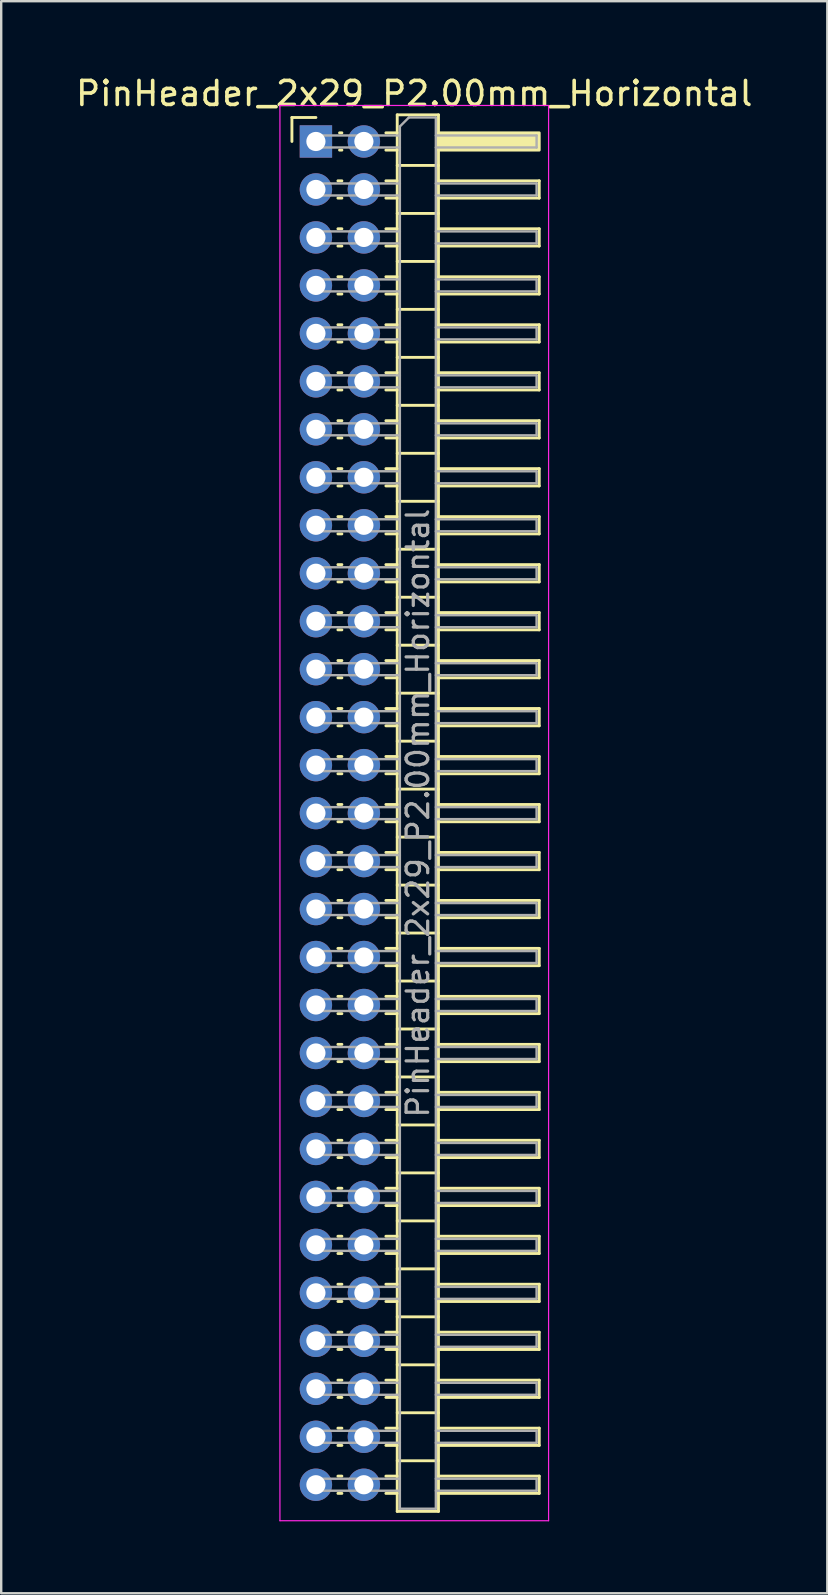
<source format=kicad_pcb>
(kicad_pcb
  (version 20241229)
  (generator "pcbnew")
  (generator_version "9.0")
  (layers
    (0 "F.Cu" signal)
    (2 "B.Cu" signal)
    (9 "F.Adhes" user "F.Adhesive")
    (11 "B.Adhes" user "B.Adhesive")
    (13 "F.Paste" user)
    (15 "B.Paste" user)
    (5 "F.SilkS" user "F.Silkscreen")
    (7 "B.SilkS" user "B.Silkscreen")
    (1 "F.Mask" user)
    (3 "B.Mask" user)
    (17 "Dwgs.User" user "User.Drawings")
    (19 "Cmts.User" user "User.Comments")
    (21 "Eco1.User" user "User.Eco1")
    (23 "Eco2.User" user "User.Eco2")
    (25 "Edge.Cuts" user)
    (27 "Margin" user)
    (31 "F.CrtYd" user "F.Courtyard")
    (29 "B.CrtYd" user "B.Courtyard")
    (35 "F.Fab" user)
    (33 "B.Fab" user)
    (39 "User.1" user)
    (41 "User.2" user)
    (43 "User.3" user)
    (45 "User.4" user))
  (footprint "PinHeader_2x29_P2.00mm_Horizontal"
    (layer "F.Cu")
    (at 10.12 2.848)
    (property "Reference" "PinHeader_2x29_P2.00mm_Horizontal" (at 4.1 -2 0) (layer "F.SilkS") (effects (font (size 1 1) (thickness 0.15))))
    (attr through_hole)
    (fp_line (start -1 -1) (end 0 -1) (stroke (width 0.12) (type solid)) (layer "F.SilkS"))
    (fp_line (start -1 0) (end -1 -1) (stroke (width 0.12) (type solid)) (layer "F.SilkS"))
    (fp_line (start 0.917 1.64) (end 1.083 1.64) (stroke (width 0.12) (type solid)) (layer "F.SilkS"))
    (fp_line (start 0.917 2.36) (end 1.083 2.36) (stroke (width 0.12) (type solid)) (layer "F.SilkS"))
    (fp_line (start 0.917 3.64) (end 1.083 3.64) (stroke (width 0.12) (type solid)) (layer "F.SilkS"))
    (fp_line (start 0.917 4.36) (end 1.083 4.36) (stroke (width 0.12) (type solid)) (layer "F.SilkS"))
    (fp_line (start 0.917 5.64) (end 1.083 5.64) (stroke (width 0.12) (type solid)) (layer "F.SilkS"))
    (fp_line (start 0.917 6.36) (end 1.083 6.36) (stroke (width 0.12) (type solid)) (layer "F.SilkS"))
    (fp_line (start 0.917 7.64) (end 1.083 7.64) (stroke (width 0.12) (type solid)) (layer "F.SilkS"))
    (fp_line (start 0.917 8.36) (end 1.083 8.36) (stroke (width 0.12) (type solid)) (layer "F.SilkS"))
    (fp_line (start 0.917 9.64) (end 1.083 9.64) (stroke (width 0.12) (type solid)) (layer "F.SilkS"))
    (fp_line (start 0.917 10.36) (end 1.083 10.36) (stroke (width 0.12) (type solid)) (layer "F.SilkS"))
    (fp_line (start 0.917 11.64) (end 1.083 11.64) (stroke (width 0.12) (type solid)) (layer "F.SilkS"))
    (fp_line (start 0.917 12.36) (end 1.083 12.36) (stroke (width 0.12) (type solid)) (layer "F.SilkS"))
    (fp_line (start 0.917 13.64) (end 1.083 13.64) (stroke (width 0.12) (type solid)) (layer "F.SilkS"))
    (fp_line (start 0.917 14.36) (end 1.083 14.36) (stroke (width 0.12) (type solid)) (layer "F.SilkS"))
    (fp_line (start 0.917 15.64) (end 1.083 15.64) (stroke (width 0.12) (type solid)) (layer "F.SilkS"))
    (fp_line (start 0.917 16.36) (end 1.083 16.36) (stroke (width 0.12) (type solid)) (layer "F.SilkS"))
    (fp_line (start 0.917 17.64) (end 1.083 17.64) (stroke (width 0.12) (type solid)) (layer "F.SilkS"))
    (fp_line (start 0.917 18.36) (end 1.083 18.36) (stroke (width 0.12) (type solid)) (layer "F.SilkS"))
    (fp_line (start 0.917 19.64) (end 1.083 19.64) (stroke (width 0.12) (type solid)) (layer "F.SilkS"))
    (fp_line (start 0.917 20.36) (end 1.083 20.36) (stroke (width 0.12) (type solid)) (layer "F.SilkS"))
    (fp_line (start 0.917 21.64) (end 1.083 21.64) (stroke (width 0.12) (type solid)) (layer "F.SilkS"))
    (fp_line (start 0.917 22.36) (end 1.083 22.36) (stroke (width 0.12) (type solid)) (layer "F.SilkS"))
    (fp_line (start 0.917 23.64) (end 1.083 23.64) (stroke (width 0.12) (type solid)) (layer "F.SilkS"))
    (fp_line (start 0.917 24.36) (end 1.083 24.36) (stroke (width 0.12) (type solid)) (layer "F.SilkS"))
    (fp_line (start 0.917 25.64) (end 1.083 25.64) (stroke (width 0.12) (type solid)) (layer "F.SilkS"))
    (fp_line (start 0.917 26.36) (end 1.083 26.36) (stroke (width 0.12) (type solid)) (layer "F.SilkS"))
    (fp_line (start 0.917 27.64) (end 1.083 27.64) (stroke (width 0.12) (type solid)) (layer "F.SilkS"))
    (fp_line (start 0.917 28.36) (end 1.083 28.36) (stroke (width 0.12) (type solid)) (layer "F.SilkS"))
    (fp_line (start 0.917 29.64) (end 1.083 29.64) (stroke (width 0.12) (type solid)) (layer "F.SilkS"))
    (fp_line (start 0.917 30.36) (end 1.083 30.36) (stroke (width 0.12) (type solid)) (layer "F.SilkS"))
    (fp_line (start 0.917 31.64) (end 1.083 31.64) (stroke (width 0.12) (type solid)) (layer "F.SilkS"))
    (fp_line (start 0.917 32.36) (end 1.083 32.36) (stroke (width 0.12) (type solid)) (layer "F.SilkS"))
    (fp_line (start 0.917 33.64) (end 1.083 33.64) (stroke (width 0.12) (type solid)) (layer "F.SilkS"))
    (fp_line (start 0.917 34.36) (end 1.083 34.36) (stroke (width 0.12) (type solid)) (layer "F.SilkS"))
    (fp_line (start 0.917 35.64) (end 1.083 35.64) (stroke (width 0.12) (type solid)) (layer "F.SilkS"))
    (fp_line (start 0.917 36.36) (end 1.083 36.36) (stroke (width 0.12) (type solid)) (layer "F.SilkS"))
    (fp_line (start 0.917 37.64) (end 1.083 37.64) (stroke (width 0.12) (type solid)) (layer "F.SilkS"))
    (fp_line (start 0.917 38.36) (end 1.083 38.36) (stroke (width 0.12) (type solid)) (layer "F.SilkS"))
    (fp_line (start 0.917 39.64) (end 1.083 39.64) (stroke (width 0.12) (type solid)) (layer "F.SilkS"))
    (fp_line (start 0.917 40.36) (end 1.083 40.36) (stroke (width 0.12) (type solid)) (layer "F.SilkS"))
    (fp_line (start 0.917 41.64) (end 1.083 41.64) (stroke (width 0.12) (type solid)) (layer "F.SilkS"))
    (fp_line (start 0.917 42.36) (end 1.083 42.36) (stroke (width 0.12) (type solid)) (layer "F.SilkS"))
    (fp_line (start 0.917 43.64) (end 1.083 43.64) (stroke (width 0.12) (type solid)) (layer "F.SilkS"))
    (fp_line (start 0.917 44.36) (end 1.083 44.36) (stroke (width 0.12) (type solid)) (layer "F.SilkS"))
    (fp_line (start 0.917 45.64) (end 1.083 45.64) (stroke (width 0.12) (type solid)) (layer "F.SilkS"))
    (fp_line (start 0.917 46.36) (end 1.083 46.36) (stroke (width 0.12) (type solid)) (layer "F.SilkS"))
    (fp_line (start 0.917 47.64) (end 1.083 47.64) (stroke (width 0.12) (type solid)) (layer "F.SilkS"))
    (fp_line (start 0.917 48.36) (end 1.083 48.36) (stroke (width 0.12) (type solid)) (layer "F.SilkS"))
    (fp_line (start 0.917 49.64) (end 1.083 49.64) (stroke (width 0.12) (type solid)) (layer "F.SilkS"))
    (fp_line (start 0.917 50.36) (end 1.083 50.36) (stroke (width 0.12) (type solid)) (layer "F.SilkS"))
    (fp_line (start 0.917 51.64) (end 1.083 51.64) (stroke (width 0.12) (type solid)) (layer "F.SilkS"))
    (fp_line (start 0.917 52.36) (end 1.083 52.36) (stroke (width 0.12) (type solid)) (layer "F.SilkS"))
    (fp_line (start 0.917 53.64) (end 1.083 53.64) (stroke (width 0.12) (type solid)) (layer "F.SilkS"))
    (fp_line (start 0.917 54.36) (end 1.083 54.36) (stroke (width 0.12) (type solid)) (layer "F.SilkS"))
    (fp_line (start 0.917 55.64) (end 1.083 55.64) (stroke (width 0.12) (type solid)) (layer "F.SilkS"))
    (fp_line (start 0.917 56.36) (end 1.083 56.36) (stroke (width 0.12) (type solid)) (layer "F.SilkS"))
    (fp_line (start 0.985 -0.36) (end 1.083 -0.36) (stroke (width 0.12) (type solid)) (layer "F.SilkS"))
    (fp_line (start 0.985 0.36) (end 1.083 0.36) (stroke (width 0.12) (type solid)) (layer "F.SilkS"))
    (fp_line (start 2.917 -0.36) (end 3.39 -0.36) (stroke (width 0.12) (type solid)) (layer "F.SilkS"))
    (fp_line (start 2.917 0.36) (end 3.39 0.36) (stroke (width 0.12) (type solid)) (layer "F.SilkS"))
    (fp_line (start 2.917 1.64) (end 3.39 1.64) (stroke (width 0.12) (type solid)) (layer "F.SilkS"))
    (fp_line (start 2.917 2.36) (end 3.39 2.36) (stroke (width 0.12) (type solid)) (layer "F.SilkS"))
    (fp_line (start 2.917 3.64) (end 3.39 3.64) (stroke (width 0.12) (type solid)) (layer "F.SilkS"))
    (fp_line (start 2.917 4.36) (end 3.39 4.36) (stroke (width 0.12) (type solid)) (layer "F.SilkS"))
    (fp_line (start 2.917 5.64) (end 3.39 5.64) (stroke (width 0.12) (type solid)) (layer "F.SilkS"))
    (fp_line (start 2.917 6.36) (end 3.39 6.36) (stroke (width 0.12) (type solid)) (layer "F.SilkS"))
    (fp_line (start 2.917 7.64) (end 3.39 7.64) (stroke (width 0.12) (type solid)) (layer "F.SilkS"))
    (fp_line (start 2.917 8.36) (end 3.39 8.36) (stroke (width 0.12) (type solid)) (layer "F.SilkS"))
    (fp_line (start 2.917 9.64) (end 3.39 9.64) (stroke (width 0.12) (type solid)) (layer "F.SilkS"))
    (fp_line (start 2.917 10.36) (end 3.39 10.36) (stroke (width 0.12) (type solid)) (layer "F.SilkS"))
    (fp_line (start 2.917 11.64) (end 3.39 11.64) (stroke (width 0.12) (type solid)) (layer "F.SilkS"))
    (fp_line (start 2.917 12.36) (end 3.39 12.36) (stroke (width 0.12) (type solid)) (layer "F.SilkS"))
    (fp_line (start 2.917 13.64) (end 3.39 13.64) (stroke (width 0.12) (type solid)) (layer "F.SilkS"))
    (fp_line (start 2.917 14.36) (end 3.39 14.36) (stroke (width 0.12) (type solid)) (layer "F.SilkS"))
    (fp_line (start 2.917 15.64) (end 3.39 15.64) (stroke (width 0.12) (type solid)) (layer "F.SilkS"))
    (fp_line (start 2.917 16.36) (end 3.39 16.36) (stroke (width 0.12) (type solid)) (layer "F.SilkS"))
    (fp_line (start 2.917 17.64) (end 3.39 17.64) (stroke (width 0.12) (type solid)) (layer "F.SilkS"))
    (fp_line (start 2.917 18.36) (end 3.39 18.36) (stroke (width 0.12) (type solid)) (layer "F.SilkS"))
    (fp_line (start 2.917 19.64) (end 3.39 19.64) (stroke (width 0.12) (type solid)) (layer "F.SilkS"))
    (fp_line (start 2.917 20.36) (end 3.39 20.36) (stroke (width 0.12) (type solid)) (layer "F.SilkS"))
    (fp_line (start 2.917 21.64) (end 3.39 21.64) (stroke (width 0.12) (type solid)) (layer "F.SilkS"))
    (fp_line (start 2.917 22.36) (end 3.39 22.36) (stroke (width 0.12) (type solid)) (layer "F.SilkS"))
    (fp_line (start 2.917 23.64) (end 3.39 23.64) (stroke (width 0.12) (type solid)) (layer "F.SilkS"))
    (fp_line (start 2.917 24.36) (end 3.39 24.36) (stroke (width 0.12) (type solid)) (layer "F.SilkS"))
    (fp_line (start 2.917 25.64) (end 3.39 25.64) (stroke (width 0.12) (type solid)) (layer "F.SilkS"))
    (fp_line (start 2.917 26.36) (end 3.39 26.36) (stroke (width 0.12) (type solid)) (layer "F.SilkS"))
    (fp_line (start 2.917 27.64) (end 3.39 27.64) (stroke (width 0.12) (type solid)) (layer "F.SilkS"))
    (fp_line (start 2.917 28.36) (end 3.39 28.36) (stroke (width 0.12) (type solid)) (layer "F.SilkS"))
    (fp_line (start 2.917 29.64) (end 3.39 29.64) (stroke (width 0.12) (type solid)) (layer "F.SilkS"))
    (fp_line (start 2.917 30.36) (end 3.39 30.36) (stroke (width 0.12) (type solid)) (layer "F.SilkS"))
    (fp_line (start 2.917 31.64) (end 3.39 31.64) (stroke (width 0.12) (type solid)) (layer "F.SilkS"))
    (fp_line (start 2.917 32.36) (end 3.39 32.36) (stroke (width 0.12) (type solid)) (layer "F.SilkS"))
    (fp_line (start 2.917 33.64) (end 3.39 33.64) (stroke (width 0.12) (type solid)) (layer "F.SilkS"))
    (fp_line (start 2.917 34.36) (end 3.39 34.36) (stroke (width 0.12) (type solid)) (layer "F.SilkS"))
    (fp_line (start 2.917 35.64) (end 3.39 35.64) (stroke (width 0.12) (type solid)) (layer "F.SilkS"))
    (fp_line (start 2.917 36.36) (end 3.39 36.36) (stroke (width 0.12) (type solid)) (layer "F.SilkS"))
    (fp_line (start 2.917 37.64) (end 3.39 37.64) (stroke (width 0.12) (type solid)) (layer "F.SilkS"))
    (fp_line (start 2.917 38.36) (end 3.39 38.36) (stroke (width 0.12) (type solid)) (layer "F.SilkS"))
    (fp_line (start 2.917 39.64) (end 3.39 39.64) (stroke (width 0.12) (type solid)) (layer "F.SilkS"))
    (fp_line (start 2.917 40.36) (end 3.39 40.36) (stroke (width 0.12) (type solid)) (layer "F.SilkS"))
    (fp_line (start 2.917 41.64) (end 3.39 41.64) (stroke (width 0.12) (type solid)) (layer "F.SilkS"))
    (fp_line (start 2.917 42.36) (end 3.39 42.36) (stroke (width 0.12) (type solid)) (layer "F.SilkS"))
    (fp_line (start 2.917 43.64) (end 3.39 43.64) (stroke (width 0.12) (type solid)) (layer "F.SilkS"))
    (fp_line (start 2.917 44.36) (end 3.39 44.36) (stroke (width 0.12) (type solid)) (layer "F.SilkS"))
    (fp_line (start 2.917 45.64) (end 3.39 45.64) (stroke (width 0.12) (type solid)) (layer "F.SilkS"))
    (fp_line (start 2.917 46.36) (end 3.39 46.36) (stroke (width 0.12) (type solid)) (layer "F.SilkS"))
    (fp_line (start 2.917 47.64) (end 3.39 47.64) (stroke (width 0.12) (type solid)) (layer "F.SilkS"))
    (fp_line (start 2.917 48.36) (end 3.39 48.36) (stroke (width 0.12) (type solid)) (layer "F.SilkS"))
    (fp_line (start 2.917 49.64) (end 3.39 49.64) (stroke (width 0.12) (type solid)) (layer "F.SilkS"))
    (fp_line (start 2.917 50.36) (end 3.39 50.36) (stroke (width 0.12) (type solid)) (layer "F.SilkS"))
    (fp_line (start 2.917 51.64) (end 3.39 51.64) (stroke (width 0.12) (type solid)) (layer "F.SilkS"))
    (fp_line (start 2.917 52.36) (end 3.39 52.36) (stroke (width 0.12) (type solid)) (layer "F.SilkS"))
    (fp_line (start 2.917 53.64) (end 3.39 53.64) (stroke (width 0.12) (type solid)) (layer "F.SilkS"))
    (fp_line (start 2.917 54.36) (end 3.39 54.36) (stroke (width 0.12) (type solid)) (layer "F.SilkS"))
    (fp_line (start 2.917 55.64) (end 3.39 55.64) (stroke (width 0.12) (type solid)) (layer "F.SilkS"))
    (fp_line (start 2.917 56.36) (end 3.39 56.36) (stroke (width 0.12) (type solid)) (layer "F.SilkS"))
    (fp_line (start 3.39 -1.11) (end 3.39 57.11) (stroke (width 0.12) (type solid)) (layer "F.SilkS"))
    (fp_line (start 3.39 1) (end 5.11 1) (stroke (width 0.12) (type solid)) (layer "F.SilkS"))
    (fp_line (start 3.39 3) (end 5.11 3) (stroke (width 0.12) (type solid)) (layer "F.SilkS"))
    (fp_line (start 3.39 5) (end 5.11 5) (stroke (width 0.12) (type solid)) (layer "F.SilkS"))
    (fp_line (start 3.39 7) (end 5.11 7) (stroke (width 0.12) (type solid)) (layer "F.SilkS"))
    (fp_line (start 3.39 9) (end 5.11 9) (stroke (width 0.12) (type solid)) (layer "F.SilkS"))
    (fp_line (start 3.39 11) (end 5.11 11) (stroke (width 0.12) (type solid)) (layer "F.SilkS"))
    (fp_line (start 3.39 13) (end 5.11 13) (stroke (width 0.12) (type solid)) (layer "F.SilkS"))
    (fp_line (start 3.39 15) (end 5.11 15) (stroke (width 0.12) (type solid)) (layer "F.SilkS"))
    (fp_line (start 3.39 17) (end 5.11 17) (stroke (width 0.12) (type solid)) (layer "F.SilkS"))
    (fp_line (start 3.39 19) (end 5.11 19) (stroke (width 0.12) (type solid)) (layer "F.SilkS"))
    (fp_line (start 3.39 21) (end 5.11 21) (stroke (width 0.12) (type solid)) (layer "F.SilkS"))
    (fp_line (start 3.39 23) (end 5.11 23) (stroke (width 0.12) (type solid)) (layer "F.SilkS"))
    (fp_line (start 3.39 25) (end 5.11 25) (stroke (width 0.12) (type solid)) (layer "F.SilkS"))
    (fp_line (start 3.39 27) (end 5.11 27) (stroke (width 0.12) (type solid)) (layer "F.SilkS"))
    (fp_line (start 3.39 29) (end 5.11 29) (stroke (width 0.12) (type solid)) (layer "F.SilkS"))
    (fp_line (start 3.39 31) (end 5.11 31) (stroke (width 0.12) (type solid)) (layer "F.SilkS"))
    (fp_line (start 3.39 33) (end 5.11 33) (stroke (width 0.12) (type solid)) (layer "F.SilkS"))
    (fp_line (start 3.39 35) (end 5.11 35) (stroke (width 0.12) (type solid)) (layer "F.SilkS"))
    (fp_line (start 3.39 37) (end 5.11 37) (stroke (width 0.12) (type solid)) (layer "F.SilkS"))
    (fp_line (start 3.39 39) (end 5.11 39) (stroke (width 0.12) (type solid)) (layer "F.SilkS"))
    (fp_line (start 3.39 41) (end 5.11 41) (stroke (width 0.12) (type solid)) (layer "F.SilkS"))
    (fp_line (start 3.39 43) (end 5.11 43) (stroke (width 0.12) (type solid)) (layer "F.SilkS"))
    (fp_line (start 3.39 45) (end 5.11 45) (stroke (width 0.12) (type solid)) (layer "F.SilkS"))
    (fp_line (start 3.39 47) (end 5.11 47) (stroke (width 0.12) (type solid)) (layer "F.SilkS"))
    (fp_line (start 3.39 49) (end 5.11 49) (stroke (width 0.12) (type solid)) (layer "F.SilkS"))
    (fp_line (start 3.39 51) (end 5.11 51) (stroke (width 0.12) (type solid)) (layer "F.SilkS"))
    (fp_line (start 3.39 53) (end 5.11 53) (stroke (width 0.12) (type solid)) (layer "F.SilkS"))
    (fp_line (start 3.39 55) (end 5.11 55) (stroke (width 0.12) (type solid)) (layer "F.SilkS"))
    (fp_line (start 3.39 57.11) (end 5.11 57.11) (stroke (width 0.12) (type solid)) (layer "F.SilkS"))
    (fp_line (start 5.11 -1.11) (end 3.39 -1.11) (stroke (width 0.12) (type solid)) (layer "F.SilkS"))
    (fp_line (start 5.11 1.64) (end 9.31 1.64) (stroke (width 0.12) (type solid)) (layer "F.SilkS"))
    (fp_line (start 5.11 3.64) (end 9.31 3.64) (stroke (width 0.12) (type solid)) (layer "F.SilkS"))
    (fp_line (start 5.11 5.64) (end 9.31 5.64) (stroke (width 0.12) (type solid)) (layer "F.SilkS"))
    (fp_line (start 5.11 7.64) (end 9.31 7.64) (stroke (width 0.12) (type solid)) (layer "F.SilkS"))
    (fp_line (start 5.11 9.64) (end 9.31 9.64) (stroke (width 0.12) (type solid)) (layer "F.SilkS"))
    (fp_line (start 5.11 11.64) (end 9.31 11.64) (stroke (width 0.12) (type solid)) (layer "F.SilkS"))
    (fp_line (start 5.11 13.64) (end 9.31 13.64) (stroke (width 0.12) (type solid)) (layer "F.SilkS"))
    (fp_line (start 5.11 15.64) (end 9.31 15.64) (stroke (width 0.12) (type solid)) (layer "F.SilkS"))
    (fp_line (start 5.11 17.64) (end 9.31 17.64) (stroke (width 0.12) (type solid)) (layer "F.SilkS"))
    (fp_line (start 5.11 19.64) (end 9.31 19.64) (stroke (width 0.12) (type solid)) (layer "F.SilkS"))
    (fp_line (start 5.11 21.64) (end 9.31 21.64) (stroke (width 0.12) (type solid)) (layer "F.SilkS"))
    (fp_line (start 5.11 23.64) (end 9.31 23.64) (stroke (width 0.12) (type solid)) (layer "F.SilkS"))
    (fp_line (start 5.11 25.64) (end 9.31 25.64) (stroke (width 0.12) (type solid)) (layer "F.SilkS"))
    (fp_line (start 5.11 27.64) (end 9.31 27.64) (stroke (width 0.12) (type solid)) (layer "F.SilkS"))
    (fp_line (start 5.11 29.64) (end 9.31 29.64) (stroke (width 0.12) (type solid)) (layer "F.SilkS"))
    (fp_line (start 5.11 31.64) (end 9.31 31.64) (stroke (width 0.12) (type solid)) (layer "F.SilkS"))
    (fp_line (start 5.11 33.64) (end 9.31 33.64) (stroke (width 0.12) (type solid)) (layer "F.SilkS"))
    (fp_line (start 5.11 35.64) (end 9.31 35.64) (stroke (width 0.12) (type solid)) (layer "F.SilkS"))
    (fp_line (start 5.11 37.64) (end 9.31 37.64) (stroke (width 0.12) (type solid)) (layer "F.SilkS"))
    (fp_line (start 5.11 39.64) (end 9.31 39.64) (stroke (width 0.12) (type solid)) (layer "F.SilkS"))
    (fp_line (start 5.11 41.64) (end 9.31 41.64) (stroke (width 0.12) (type solid)) (layer "F.SilkS"))
    (fp_line (start 5.11 43.64) (end 9.31 43.64) (stroke (width 0.12) (type solid)) (layer "F.SilkS"))
    (fp_line (start 5.11 45.64) (end 9.31 45.64) (stroke (width 0.12) (type solid)) (layer "F.SilkS"))
    (fp_line (start 5.11 47.64) (end 9.31 47.64) (stroke (width 0.12) (type solid)) (layer "F.SilkS"))
    (fp_line (start 5.11 49.64) (end 9.31 49.64) (stroke (width 0.12) (type solid)) (layer "F.SilkS"))
    (fp_line (start 5.11 51.64) (end 9.31 51.64) (stroke (width 0.12) (type solid)) (layer "F.SilkS"))
    (fp_line (start 5.11 53.64) (end 9.31 53.64) (stroke (width 0.12) (type solid)) (layer "F.SilkS"))
    (fp_line (start 5.11 55.64) (end 9.31 55.64) (stroke (width 0.12) (type solid)) (layer "F.SilkS"))
    (fp_line (start 5.11 57.11) (end 5.11 -1.11) (stroke (width 0.12) (type solid)) (layer "F.SilkS"))
    (fp_line (start 9.31 1.64) (end 9.31 2.36) (stroke (width 0.12) (type solid)) (layer "F.SilkS"))
    (fp_line (start 9.31 2.36) (end 5.11 2.36) (stroke (width 0.12) (type solid)) (layer "F.SilkS"))
    (fp_line (start 9.31 3.64) (end 9.31 4.36) (stroke (width 0.12) (type solid)) (layer "F.SilkS"))
    (fp_line (start 9.31 4.36) (end 5.11 4.36) (stroke (width 0.12) (type solid)) (layer "F.SilkS"))
    (fp_line (start 9.31 5.64) (end 9.31 6.36) (stroke (width 0.12) (type solid)) (layer "F.SilkS"))
    (fp_line (start 9.31 6.36) (end 5.11 6.36) (stroke (width 0.12) (type solid)) (layer "F.SilkS"))
    (fp_line (start 9.31 7.64) (end 9.31 8.36) (stroke (width 0.12) (type solid)) (layer "F.SilkS"))
    (fp_line (start 9.31 8.36) (end 5.11 8.36) (stroke (width 0.12) (type solid)) (layer "F.SilkS"))
    (fp_line (start 9.31 9.64) (end 9.31 10.36) (stroke (width 0.12) (type solid)) (layer "F.SilkS"))
    (fp_line (start 9.31 10.36) (end 5.11 10.36) (stroke (width 0.12) (type solid)) (layer "F.SilkS"))
    (fp_line (start 9.31 11.64) (end 9.31 12.36) (stroke (width 0.12) (type solid)) (layer "F.SilkS"))
    (fp_line (start 9.31 12.36) (end 5.11 12.36) (stroke (width 0.12) (type solid)) (layer "F.SilkS"))
    (fp_line (start 9.31 13.64) (end 9.31 14.36) (stroke (width 0.12) (type solid)) (layer "F.SilkS"))
    (fp_line (start 9.31 14.36) (end 5.11 14.36) (stroke (width 0.12) (type solid)) (layer "F.SilkS"))
    (fp_line (start 9.31 15.64) (end 9.31 16.36) (stroke (width 0.12) (type solid)) (layer "F.SilkS"))
    (fp_line (start 9.31 16.36) (end 5.11 16.36) (stroke (width 0.12) (type solid)) (layer "F.SilkS"))
    (fp_line (start 9.31 17.64) (end 9.31 18.36) (stroke (width 0.12) (type solid)) (layer "F.SilkS"))
    (fp_line (start 9.31 18.36) (end 5.11 18.36) (stroke (width 0.12) (type solid)) (layer "F.SilkS"))
    (fp_line (start 9.31 19.64) (end 9.31 20.36) (stroke (width 0.12) (type solid)) (layer "F.SilkS"))
    (fp_line (start 9.31 20.36) (end 5.11 20.36) (stroke (width 0.12) (type solid)) (layer "F.SilkS"))
    (fp_line (start 9.31 21.64) (end 9.31 22.36) (stroke (width 0.12) (type solid)) (layer "F.SilkS"))
    (fp_line (start 9.31 22.36) (end 5.11 22.36) (stroke (width 0.12) (type solid)) (layer "F.SilkS"))
    (fp_line (start 9.31 23.64) (end 9.31 24.36) (stroke (width 0.12) (type solid)) (layer "F.SilkS"))
    (fp_line (start 9.31 24.36) (end 5.11 24.36) (stroke (width 0.12) (type solid)) (layer "F.SilkS"))
    (fp_line (start 9.31 25.64) (end 9.31 26.36) (stroke (width 0.12) (type solid)) (layer "F.SilkS"))
    (fp_line (start 9.31 26.36) (end 5.11 26.36) (stroke (width 0.12) (type solid)) (layer "F.SilkS"))
    (fp_line (start 9.31 27.64) (end 9.31 28.36) (stroke (width 0.12) (type solid)) (layer "F.SilkS"))
    (fp_line (start 9.31 28.36) (end 5.11 28.36) (stroke (width 0.12) (type solid)) (layer "F.SilkS"))
    (fp_line (start 9.31 29.64) (end 9.31 30.36) (stroke (width 0.12) (type solid)) (layer "F.SilkS"))
    (fp_line (start 9.31 30.36) (end 5.11 30.36) (stroke (width 0.12) (type solid)) (layer "F.SilkS"))
    (fp_line (start 9.31 31.64) (end 9.31 32.36) (stroke (width 0.12) (type solid)) (layer "F.SilkS"))
    (fp_line (start 9.31 32.36) (end 5.11 32.36) (stroke (width 0.12) (type solid)) (layer "F.SilkS"))
    (fp_line (start 9.31 33.64) (end 9.31 34.36) (stroke (width 0.12) (type solid)) (layer "F.SilkS"))
    (fp_line (start 9.31 34.36) (end 5.11 34.36) (stroke (width 0.12) (type solid)) (layer "F.SilkS"))
    (fp_line (start 9.31 35.64) (end 9.31 36.36) (stroke (width 0.12) (type solid)) (layer "F.SilkS"))
    (fp_line (start 9.31 36.36) (end 5.11 36.36) (stroke (width 0.12) (type solid)) (layer "F.SilkS"))
    (fp_line (start 9.31 37.64) (end 9.31 38.36) (stroke (width 0.12) (type solid)) (layer "F.SilkS"))
    (fp_line (start 9.31 38.36) (end 5.11 38.36) (stroke (width 0.12) (type solid)) (layer "F.SilkS"))
    (fp_line (start 9.31 39.64) (end 9.31 40.36) (stroke (width 0.12) (type solid)) (layer "F.SilkS"))
    (fp_line (start 9.31 40.36) (end 5.11 40.36) (stroke (width 0.12) (type solid)) (layer "F.SilkS"))
    (fp_line (start 9.31 41.64) (end 9.31 42.36) (stroke (width 0.12) (type solid)) (layer "F.SilkS"))
    (fp_line (start 9.31 42.36) (end 5.11 42.36) (stroke (width 0.12) (type solid)) (layer "F.SilkS"))
    (fp_line (start 9.31 43.64) (end 9.31 44.36) (stroke (width 0.12) (type solid)) (layer "F.SilkS"))
    (fp_line (start 9.31 44.36) (end 5.11 44.36) (stroke (width 0.12) (type solid)) (layer "F.SilkS"))
    (fp_line (start 9.31 45.64) (end 9.31 46.36) (stroke (width 0.12) (type solid)) (layer "F.SilkS"))
    (fp_line (start 9.31 46.36) (end 5.11 46.36) (stroke (width 0.12) (type solid)) (layer "F.SilkS"))
    (fp_line (start 9.31 47.64) (end 9.31 48.36) (stroke (width 0.12) (type solid)) (layer "F.SilkS"))
    (fp_line (start 9.31 48.36) (end 5.11 48.36) (stroke (width 0.12) (type solid)) (layer "F.SilkS"))
    (fp_line (start 9.31 49.64) (end 9.31 50.36) (stroke (width 0.12) (type solid)) (layer "F.SilkS"))
    (fp_line (start 9.31 50.36) (end 5.11 50.36) (stroke (width 0.12) (type solid)) (layer "F.SilkS"))
    (fp_line (start 9.31 51.64) (end 9.31 52.36) (stroke (width 0.12) (type solid)) (layer "F.SilkS"))
    (fp_line (start 9.31 52.36) (end 5.11 52.36) (stroke (width 0.12) (type solid)) (layer "F.SilkS"))
    (fp_line (start 9.31 53.64) (end 9.31 54.36) (stroke (width 0.12) (type solid)) (layer "F.SilkS"))
    (fp_line (start 9.31 54.36) (end 5.11 54.36) (stroke (width 0.12) (type solid)) (layer "F.SilkS"))
    (fp_line (start 9.31 55.64) (end 9.31 56.36) (stroke (width 0.12) (type solid)) (layer "F.SilkS"))
    (fp_line (start 9.31 56.36) (end 5.11 56.36) (stroke (width 0.12) (type solid)) (layer "F.SilkS"))
    (fp_rect (start 5.11 -0.36) (end 9.31 0.36) (stroke (width 0.12) (type solid)) (fill yes) (layer "F.SilkS"))
    (fp_line (start -1.5 -1.5) (end -1.5 57.5) (stroke (width 0.05) (type solid)) (layer "F.CrtYd"))
    (fp_line (start -1.5 57.5) (end 9.7 57.5) (stroke (width 0.05) (type solid)) (layer "F.CrtYd"))
    (fp_line (start 9.7 -1.5) (end -1.5 -1.5) (stroke (width 0.05) (type solid)) (layer "F.CrtYd"))
    (fp_line (start 9.7 57.5) (end 9.7 -1.5) (stroke (width 0.05) (type solid)) (layer "F.CrtYd"))
    (fp_line (start -0.25 -0.25) (end -0.25 0.25) (stroke (width 0.1) (type solid)) (layer "F.Fab"))
    (fp_line (start -0.25 -0.25) (end 3.5 -0.25) (stroke (width 0.1) (type solid)) (layer "F.Fab"))
    (fp_line (start -0.25 0.25) (end 3.5 0.25) (stroke (width 0.1) (type solid)) (layer "F.Fab"))
    (fp_line (start -0.25 1.75) (end -0.25 2.25) (stroke (width 0.1) (type solid)) (layer "F.Fab"))
    (fp_line (start -0.25 1.75) (end 3.5 1.75) (stroke (width 0.1) (type solid)) (layer "F.Fab"))
    (fp_line (start -0.25 2.25) (end 3.5 2.25) (stroke (width 0.1) (type solid)) (layer "F.Fab"))
    (fp_line (start -0.25 3.75) (end -0.25 4.25) (stroke (width 0.1) (type solid)) (layer "F.Fab"))
    (fp_line (start -0.25 3.75) (end 3.5 3.75) (stroke (width 0.1) (type solid)) (layer "F.Fab"))
    (fp_line (start -0.25 4.25) (end 3.5 4.25) (stroke (width 0.1) (type solid)) (layer "F.Fab"))
    (fp_line (start -0.25 5.75) (end -0.25 6.25) (stroke (width 0.1) (type solid)) (layer "F.Fab"))
    (fp_line (start -0.25 5.75) (end 3.5 5.75) (stroke (width 0.1) (type solid)) (layer "F.Fab"))
    (fp_line (start -0.25 6.25) (end 3.5 6.25) (stroke (width 0.1) (type solid)) (layer "F.Fab"))
    (fp_line (start -0.25 7.75) (end -0.25 8.25) (stroke (width 0.1) (type solid)) (layer "F.Fab"))
    (fp_line (start -0.25 7.75) (end 3.5 7.75) (stroke (width 0.1) (type solid)) (layer "F.Fab"))
    (fp_line (start -0.25 8.25) (end 3.5 8.25) (stroke (width 0.1) (type solid)) (layer "F.Fab"))
    (fp_line (start -0.25 9.75) (end -0.25 10.25) (stroke (width 0.1) (type solid)) (layer "F.Fab"))
    (fp_line (start -0.25 9.75) (end 3.5 9.75) (stroke (width 0.1) (type solid)) (layer "F.Fab"))
    (fp_line (start -0.25 10.25) (end 3.5 10.25) (stroke (width 0.1) (type solid)) (layer "F.Fab"))
    (fp_line (start -0.25 11.75) (end -0.25 12.25) (stroke (width 0.1) (type solid)) (layer "F.Fab"))
    (fp_line (start -0.25 11.75) (end 3.5 11.75) (stroke (width 0.1) (type solid)) (layer "F.Fab"))
    (fp_line (start -0.25 12.25) (end 3.5 12.25) (stroke (width 0.1) (type solid)) (layer "F.Fab"))
    (fp_line (start -0.25 13.75) (end -0.25 14.25) (stroke (width 0.1) (type solid)) (layer "F.Fab"))
    (fp_line (start -0.25 13.75) (end 3.5 13.75) (stroke (width 0.1) (type solid)) (layer "F.Fab"))
    (fp_line (start -0.25 14.25) (end 3.5 14.25) (stroke (width 0.1) (type solid)) (layer "F.Fab"))
    (fp_line (start -0.25 15.75) (end -0.25 16.25) (stroke (width 0.1) (type solid)) (layer "F.Fab"))
    (fp_line (start -0.25 15.75) (end 3.5 15.75) (stroke (width 0.1) (type solid)) (layer "F.Fab"))
    (fp_line (start -0.25 16.25) (end 3.5 16.25) (stroke (width 0.1) (type solid)) (layer "F.Fab"))
    (fp_line (start -0.25 17.75) (end -0.25 18.25) (stroke (width 0.1) (type solid)) (layer "F.Fab"))
    (fp_line (start -0.25 17.75) (end 3.5 17.75) (stroke (width 0.1) (type solid)) (layer "F.Fab"))
    (fp_line (start -0.25 18.25) (end 3.5 18.25) (stroke (width 0.1) (type solid)) (layer "F.Fab"))
    (fp_line (start -0.25 19.75) (end -0.25 20.25) (stroke (width 0.1) (type solid)) (layer "F.Fab"))
    (fp_line (start -0.25 19.75) (end 3.5 19.75) (stroke (width 0.1) (type solid)) (layer "F.Fab"))
    (fp_line (start -0.25 20.25) (end 3.5 20.25) (stroke (width 0.1) (type solid)) (layer "F.Fab"))
    (fp_line (start -0.25 21.75) (end -0.25 22.25) (stroke (width 0.1) (type solid)) (layer "F.Fab"))
    (fp_line (start -0.25 21.75) (end 3.5 21.75) (stroke (width 0.1) (type solid)) (layer "F.Fab"))
    (fp_line (start -0.25 22.25) (end 3.5 22.25) (stroke (width 0.1) (type solid)) (layer "F.Fab"))
    (fp_line (start -0.25 23.75) (end -0.25 24.25) (stroke (width 0.1) (type solid)) (layer "F.Fab"))
    (fp_line (start -0.25 23.75) (end 3.5 23.75) (stroke (width 0.1) (type solid)) (layer "F.Fab"))
    (fp_line (start -0.25 24.25) (end 3.5 24.25) (stroke (width 0.1) (type solid)) (layer "F.Fab"))
    (fp_line (start -0.25 25.75) (end -0.25 26.25) (stroke (width 0.1) (type solid)) (layer "F.Fab"))
    (fp_line (start -0.25 25.75) (end 3.5 25.75) (stroke (width 0.1) (type solid)) (layer "F.Fab"))
    (fp_line (start -0.25 26.25) (end 3.5 26.25) (stroke (width 0.1) (type solid)) (layer "F.Fab"))
    (fp_line (start -0.25 27.75) (end -0.25 28.25) (stroke (width 0.1) (type solid)) (layer "F.Fab"))
    (fp_line (start -0.25 27.75) (end 3.5 27.75) (stroke (width 0.1) (type solid)) (layer "F.Fab"))
    (fp_line (start -0.25 28.25) (end 3.5 28.25) (stroke (width 0.1) (type solid)) (layer "F.Fab"))
    (fp_line (start -0.25 29.75) (end -0.25 30.25) (stroke (width 0.1) (type solid)) (layer "F.Fab"))
    (fp_line (start -0.25 29.75) (end 3.5 29.75) (stroke (width 0.1) (type solid)) (layer "F.Fab"))
    (fp_line (start -0.25 30.25) (end 3.5 30.25) (stroke (width 0.1) (type solid)) (layer "F.Fab"))
    (fp_line (start -0.25 31.75) (end -0.25 32.25) (stroke (width 0.1) (type solid)) (layer "F.Fab"))
    (fp_line (start -0.25 31.75) (end 3.5 31.75) (stroke (width 0.1) (type solid)) (layer "F.Fab"))
    (fp_line (start -0.25 32.25) (end 3.5 32.25) (stroke (width 0.1) (type solid)) (layer "F.Fab"))
    (fp_line (start -0.25 33.75) (end -0.25 34.25) (stroke (width 0.1) (type solid)) (layer "F.Fab"))
    (fp_line (start -0.25 33.75) (end 3.5 33.75) (stroke (width 0.1) (type solid)) (layer "F.Fab"))
    (fp_line (start -0.25 34.25) (end 3.5 34.25) (stroke (width 0.1) (type solid)) (layer "F.Fab"))
    (fp_line (start -0.25 35.75) (end -0.25 36.25) (stroke (width 0.1) (type solid)) (layer "F.Fab"))
    (fp_line (start -0.25 35.75) (end 3.5 35.75) (stroke (width 0.1) (type solid)) (layer "F.Fab"))
    (fp_line (start -0.25 36.25) (end 3.5 36.25) (stroke (width 0.1) (type solid)) (layer "F.Fab"))
    (fp_line (start -0.25 37.75) (end -0.25 38.25) (stroke (width 0.1) (type solid)) (layer "F.Fab"))
    (fp_line (start -0.25 37.75) (end 3.5 37.75) (stroke (width 0.1) (type solid)) (layer "F.Fab"))
    (fp_line (start -0.25 38.25) (end 3.5 38.25) (stroke (width 0.1) (type solid)) (layer "F.Fab"))
    (fp_line (start -0.25 39.75) (end -0.25 40.25) (stroke (width 0.1) (type solid)) (layer "F.Fab"))
    (fp_line (start -0.25 39.75) (end 3.5 39.75) (stroke (width 0.1) (type solid)) (layer "F.Fab"))
    (fp_line (start -0.25 40.25) (end 3.5 40.25) (stroke (width 0.1) (type solid)) (layer "F.Fab"))
    (fp_line (start -0.25 41.75) (end -0.25 42.25) (stroke (width 0.1) (type solid)) (layer "F.Fab"))
    (fp_line (start -0.25 41.75) (end 3.5 41.75) (stroke (width 0.1) (type solid)) (layer "F.Fab"))
    (fp_line (start -0.25 42.25) (end 3.5 42.25) (stroke (width 0.1) (type solid)) (layer "F.Fab"))
    (fp_line (start -0.25 43.75) (end -0.25 44.25) (stroke (width 0.1) (type solid)) (layer "F.Fab"))
    (fp_line (start -0.25 43.75) (end 3.5 43.75) (stroke (width 0.1) (type solid)) (layer "F.Fab"))
    (fp_line (start -0.25 44.25) (end 3.5 44.25) (stroke (width 0.1) (type solid)) (layer "F.Fab"))
    (fp_line (start -0.25 45.75) (end -0.25 46.25) (stroke (width 0.1) (type solid)) (layer "F.Fab"))
    (fp_line (start -0.25 45.75) (end 3.5 45.75) (stroke (width 0.1) (type solid)) (layer "F.Fab"))
    (fp_line (start -0.25 46.25) (end 3.5 46.25) (stroke (width 0.1) (type solid)) (layer "F.Fab"))
    (fp_line (start -0.25 47.75) (end -0.25 48.25) (stroke (width 0.1) (type solid)) (layer "F.Fab"))
    (fp_line (start -0.25 47.75) (end 3.5 47.75) (stroke (width 0.1) (type solid)) (layer "F.Fab"))
    (fp_line (start -0.25 48.25) (end 3.5 48.25) (stroke (width 0.1) (type solid)) (layer "F.Fab"))
    (fp_line (start -0.25 49.75) (end -0.25 50.25) (stroke (width 0.1) (type solid)) (layer "F.Fab"))
    (fp_line (start -0.25 49.75) (end 3.5 49.75) (stroke (width 0.1) (type solid)) (layer "F.Fab"))
    (fp_line (start -0.25 50.25) (end 3.5 50.25) (stroke (width 0.1) (type solid)) (layer "F.Fab"))
    (fp_line (start -0.25 51.75) (end -0.25 52.25) (stroke (width 0.1) (type solid)) (layer "F.Fab"))
    (fp_line (start -0.25 51.75) (end 3.5 51.75) (stroke (width 0.1) (type solid)) (layer "F.Fab"))
    (fp_line (start -0.25 52.25) (end 3.5 52.25) (stroke (width 0.1) (type solid)) (layer "F.Fab"))
    (fp_line (start -0.25 53.75) (end -0.25 54.25) (stroke (width 0.1) (type solid)) (layer "F.Fab"))
    (fp_line (start -0.25 53.75) (end 3.5 53.75) (stroke (width 0.1) (type solid)) (layer "F.Fab"))
    (fp_line (start -0.25 54.25) (end 3.5 54.25) (stroke (width 0.1) (type solid)) (layer "F.Fab"))
    (fp_line (start -0.25 55.75) (end -0.25 56.25) (stroke (width 0.1) (type solid)) (layer "F.Fab"))
    (fp_line (start -0.25 55.75) (end 3.5 55.75) (stroke (width 0.1) (type solid)) (layer "F.Fab"))
    (fp_line (start -0.25 56.25) (end 3.5 56.25) (stroke (width 0.1) (type solid)) (layer "F.Fab"))
    (fp_line (start 3.5 -0.625) (end 3.875 -1) (stroke (width 0.1) (type solid)) (layer "F.Fab"))
    (fp_line (start 3.5 57) (end 3.5 -0.625) (stroke (width 0.1) (type solid)) (layer "F.Fab"))
    (fp_line (start 3.875 -1) (end 5 -1) (stroke (width 0.1) (type solid)) (layer "F.Fab"))
    (fp_line (start 5 -1) (end 5 57) (stroke (width 0.1) (type solid)) (layer "F.Fab"))
    (fp_line (start 5 -0.25) (end 9.2 -0.25) (stroke (width 0.1) (type solid)) (layer "F.Fab"))
    (fp_line (start 5 0.25) (end 9.2 0.25) (stroke (width 0.1) (type solid)) (layer "F.Fab"))
    (fp_line (start 5 1.75) (end 9.2 1.75) (stroke (width 0.1) (type solid)) (layer "F.Fab"))
    (fp_line (start 5 2.25) (end 9.2 2.25) (stroke (width 0.1) (type solid)) (layer "F.Fab"))
    (fp_line (start 5 3.75) (end 9.2 3.75) (stroke (width 0.1) (type solid)) (layer "F.Fab"))
    (fp_line (start 5 4.25) (end 9.2 4.25) (stroke (width 0.1) (type solid)) (layer "F.Fab"))
    (fp_line (start 5 5.75) (end 9.2 5.75) (stroke (width 0.1) (type solid)) (layer "F.Fab"))
    (fp_line (start 5 6.25) (end 9.2 6.25) (stroke (width 0.1) (type solid)) (layer "F.Fab"))
    (fp_line (start 5 7.75) (end 9.2 7.75) (stroke (width 0.1) (type solid)) (layer "F.Fab"))
    (fp_line (start 5 8.25) (end 9.2 8.25) (stroke (width 0.1) (type solid)) (layer "F.Fab"))
    (fp_line (start 5 9.75) (end 9.2 9.75) (stroke (width 0.1) (type solid)) (layer "F.Fab"))
    (fp_line (start 5 10.25) (end 9.2 10.25) (stroke (width 0.1) (type solid)) (layer "F.Fab"))
    (fp_line (start 5 11.75) (end 9.2 11.75) (stroke (width 0.1) (type solid)) (layer "F.Fab"))
    (fp_line (start 5 12.25) (end 9.2 12.25) (stroke (width 0.1) (type solid)) (layer "F.Fab"))
    (fp_line (start 5 13.75) (end 9.2 13.75) (stroke (width 0.1) (type solid)) (layer "F.Fab"))
    (fp_line (start 5 14.25) (end 9.2 14.25) (stroke (width 0.1) (type solid)) (layer "F.Fab"))
    (fp_line (start 5 15.75) (end 9.2 15.75) (stroke (width 0.1) (type solid)) (layer "F.Fab"))
    (fp_line (start 5 16.25) (end 9.2 16.25) (stroke (width 0.1) (type solid)) (layer "F.Fab"))
    (fp_line (start 5 17.75) (end 9.2 17.75) (stroke (width 0.1) (type solid)) (layer "F.Fab"))
    (fp_line (start 5 18.25) (end 9.2 18.25) (stroke (width 0.1) (type solid)) (layer "F.Fab"))
    (fp_line (start 5 19.75) (end 9.2 19.75) (stroke (width 0.1) (type solid)) (layer "F.Fab"))
    (fp_line (start 5 20.25) (end 9.2 20.25) (stroke (width 0.1) (type solid)) (layer "F.Fab"))
    (fp_line (start 5 21.75) (end 9.2 21.75) (stroke (width 0.1) (type solid)) (layer "F.Fab"))
    (fp_line (start 5 22.25) (end 9.2 22.25) (stroke (width 0.1) (type solid)) (layer "F.Fab"))
    (fp_line (start 5 23.75) (end 9.2 23.75) (stroke (width 0.1) (type solid)) (layer "F.Fab"))
    (fp_line (start 5 24.25) (end 9.2 24.25) (stroke (width 0.1) (type solid)) (layer "F.Fab"))
    (fp_line (start 5 25.75) (end 9.2 25.75) (stroke (width 0.1) (type solid)) (layer "F.Fab"))
    (fp_line (start 5 26.25) (end 9.2 26.25) (stroke (width 0.1) (type solid)) (layer "F.Fab"))
    (fp_line (start 5 27.75) (end 9.2 27.75) (stroke (width 0.1) (type solid)) (layer "F.Fab"))
    (fp_line (start 5 28.25) (end 9.2 28.25) (stroke (width 0.1) (type solid)) (layer "F.Fab"))
    (fp_line (start 5 29.75) (end 9.2 29.75) (stroke (width 0.1) (type solid)) (layer "F.Fab"))
    (fp_line (start 5 30.25) (end 9.2 30.25) (stroke (width 0.1) (type solid)) (layer "F.Fab"))
    (fp_line (start 5 31.75) (end 9.2 31.75) (stroke (width 0.1) (type solid)) (layer "F.Fab"))
    (fp_line (start 5 32.25) (end 9.2 32.25) (stroke (width 0.1) (type solid)) (layer "F.Fab"))
    (fp_line (start 5 33.75) (end 9.2 33.75) (stroke (width 0.1) (type solid)) (layer "F.Fab"))
    (fp_line (start 5 34.25) (end 9.2 34.25) (stroke (width 0.1) (type solid)) (layer "F.Fab"))
    (fp_line (start 5 35.75) (end 9.2 35.75) (stroke (width 0.1) (type solid)) (layer "F.Fab"))
    (fp_line (start 5 36.25) (end 9.2 36.25) (stroke (width 0.1) (type solid)) (layer "F.Fab"))
    (fp_line (start 5 37.75) (end 9.2 37.75) (stroke (width 0.1) (type solid)) (layer "F.Fab"))
    (fp_line (start 5 38.25) (end 9.2 38.25) (stroke (width 0.1) (type solid)) (layer "F.Fab"))
    (fp_line (start 5 39.75) (end 9.2 39.75) (stroke (width 0.1) (type solid)) (layer "F.Fab"))
    (fp_line (start 5 40.25) (end 9.2 40.25) (stroke (width 0.1) (type solid)) (layer "F.Fab"))
    (fp_line (start 5 41.75) (end 9.2 41.75) (stroke (width 0.1) (type solid)) (layer "F.Fab"))
    (fp_line (start 5 42.25) (end 9.2 42.25) (stroke (width 0.1) (type solid)) (layer "F.Fab"))
    (fp_line (start 5 43.75) (end 9.2 43.75) (stroke (width 0.1) (type solid)) (layer "F.Fab"))
    (fp_line (start 5 44.25) (end 9.2 44.25) (stroke (width 0.1) (type solid)) (layer "F.Fab"))
    (fp_line (start 5 45.75) (end 9.2 45.75) (stroke (width 0.1) (type solid)) (layer "F.Fab"))
    (fp_line (start 5 46.25) (end 9.2 46.25) (stroke (width 0.1) (type solid)) (layer "F.Fab"))
    (fp_line (start 5 47.75) (end 9.2 47.75) (stroke (width 0.1) (type solid)) (layer "F.Fab"))
    (fp_line (start 5 48.25) (end 9.2 48.25) (stroke (width 0.1) (type solid)) (layer "F.Fab"))
    (fp_line (start 5 49.75) (end 9.2 49.75) (stroke (width 0.1) (type solid)) (layer "F.Fab"))
    (fp_line (start 5 50.25) (end 9.2 50.25) (stroke (width 0.1) (type solid)) (layer "F.Fab"))
    (fp_line (start 5 51.75) (end 9.2 51.75) (stroke (width 0.1) (type solid)) (layer "F.Fab"))
    (fp_line (start 5 52.25) (end 9.2 52.25) (stroke (width 0.1) (type solid)) (layer "F.Fab"))
    (fp_line (start 5 53.75) (end 9.2 53.75) (stroke (width 0.1) (type solid)) (layer "F.Fab"))
    (fp_line (start 5 54.25) (end 9.2 54.25) (stroke (width 0.1) (type solid)) (layer "F.Fab"))
    (fp_line (start 5 55.75) (end 9.2 55.75) (stroke (width 0.1) (type solid)) (layer "F.Fab"))
    (fp_line (start 5 56.25) (end 9.2 56.25) (stroke (width 0.1) (type solid)) (layer "F.Fab"))
    (fp_line (start 5 57) (end 3.5 57) (stroke (width 0.1) (type solid)) (layer "F.Fab"))
    (fp_line (start 9.2 -0.25) (end 9.2 0.25) (stroke (width 0.1) (type solid)) (layer "F.Fab"))
    (fp_line (start 9.2 1.75) (end 9.2 2.25) (stroke (width 0.1) (type solid)) (layer "F.Fab"))
    (fp_line (start 9.2 3.75) (end 9.2 4.25) (stroke (width 0.1) (type solid)) (layer "F.Fab"))
    (fp_line (start 9.2 5.75) (end 9.2 6.25) (stroke (width 0.1) (type solid)) (layer "F.Fab"))
    (fp_line (start 9.2 7.75) (end 9.2 8.25) (stroke (width 0.1) (type solid)) (layer "F.Fab"))
    (fp_line (start 9.2 9.75) (end 9.2 10.25) (stroke (width 0.1) (type solid)) (layer "F.Fab"))
    (fp_line (start 9.2 11.75) (end 9.2 12.25) (stroke (width 0.1) (type solid)) (layer "F.Fab"))
    (fp_line (start 9.2 13.75) (end 9.2 14.25) (stroke (width 0.1) (type solid)) (layer "F.Fab"))
    (fp_line (start 9.2 15.75) (end 9.2 16.25) (stroke (width 0.1) (type solid)) (layer "F.Fab"))
    (fp_line (start 9.2 17.75) (end 9.2 18.25) (stroke (width 0.1) (type solid)) (layer "F.Fab"))
    (fp_line (start 9.2 19.75) (end 9.2 20.25) (stroke (width 0.1) (type solid)) (layer "F.Fab"))
    (fp_line (start 9.2 21.75) (end 9.2 22.25) (stroke (width 0.1) (type solid)) (layer "F.Fab"))
    (fp_line (start 9.2 23.75) (end 9.2 24.25) (stroke (width 0.1) (type solid)) (layer "F.Fab"))
    (fp_line (start 9.2 25.75) (end 9.2 26.25) (stroke (width 0.1) (type solid)) (layer "F.Fab"))
    (fp_line (start 9.2 27.75) (end 9.2 28.25) (stroke (width 0.1) (type solid)) (layer "F.Fab"))
    (fp_line (start 9.2 29.75) (end 9.2 30.25) (stroke (width 0.1) (type solid)) (layer "F.Fab"))
    (fp_line (start 9.2 31.75) (end 9.2 32.25) (stroke (width 0.1) (type solid)) (layer "F.Fab"))
    (fp_line (start 9.2 33.75) (end 9.2 34.25) (stroke (width 0.1) (type solid)) (layer "F.Fab"))
    (fp_line (start 9.2 35.75) (end 9.2 36.25) (stroke (width 0.1) (type solid)) (layer "F.Fab"))
    (fp_line (start 9.2 37.75) (end 9.2 38.25) (stroke (width 0.1) (type solid)) (layer "F.Fab"))
    (fp_line (start 9.2 39.75) (end 9.2 40.25) (stroke (width 0.1) (type solid)) (layer "F.Fab"))
    (fp_line (start 9.2 41.75) (end 9.2 42.25) (stroke (width 0.1) (type solid)) (layer "F.Fab"))
    (fp_line (start 9.2 43.75) (end 9.2 44.25) (stroke (width 0.1) (type solid)) (layer "F.Fab"))
    (fp_line (start 9.2 45.75) (end 9.2 46.25) (stroke (width 0.1) (type solid)) (layer "F.Fab"))
    (fp_line (start 9.2 47.75) (end 9.2 48.25) (stroke (width 0.1) (type solid)) (layer "F.Fab"))
    (fp_line (start 9.2 49.75) (end 9.2 50.25) (stroke (width 0.1) (type solid)) (layer "F.Fab"))
    (fp_line (start 9.2 51.75) (end 9.2 52.25) (stroke (width 0.1) (type solid)) (layer "F.Fab"))
    (fp_line (start 9.2 53.75) (end 9.2 54.25) (stroke (width 0.1) (type solid)) (layer "F.Fab"))
    (fp_line (start 9.2 55.75) (end 9.2 56.25) (stroke (width 0.1) (type solid)) (layer "F.Fab"))
    (fp_text user "${REFERENCE}" (at 4.25 28 90) (layer "F.Fab") (effects (font (size 0.9 0.9) (thickness 0.135))))
    (pad "1" thru_hole rect (at 0 0) (size 1.35 1.35) (drill 0.8) (layers "*.Cu" "*.Mask"))
    (pad "2" thru_hole circle (at 2 0) (size 1.35 1.35) (drill 0.8) (layers "*.Cu" "*.Mask"))
    (pad "3" thru_hole circle (at 0 2) (size 1.35 1.35) (drill 0.8) (layers "*.Cu" "*.Mask"))
    (pad "4" thru_hole circle (at 2 2) (size 1.35 1.35) (drill 0.8) (layers "*.Cu" "*.Mask"))
    (pad "5" thru_hole circle (at 0 4) (size 1.35 1.35) (drill 0.8) (layers "*.Cu" "*.Mask"))
    (pad "6" thru_hole circle (at 2 4) (size 1.35 1.35) (drill 0.8) (layers "*.Cu" "*.Mask"))
    (pad "7" thru_hole circle (at 0 6) (size 1.35 1.35) (drill 0.8) (layers "*.Cu" "*.Mask"))
    (pad "8" thru_hole circle (at 2 6) (size 1.35 1.35) (drill 0.8) (layers "*.Cu" "*.Mask"))
    (pad "9" thru_hole circle (at 0 8) (size 1.35 1.35) (drill 0.8) (layers "*.Cu" "*.Mask"))
    (pad "10" thru_hole circle (at 2 8) (size 1.35 1.35) (drill 0.8) (layers "*.Cu" "*.Mask"))
    (pad "11" thru_hole circle (at 0 10) (size 1.35 1.35) (drill 0.8) (layers "*.Cu" "*.Mask"))
    (pad "12" thru_hole circle (at 2 10) (size 1.35 1.35) (drill 0.8) (layers "*.Cu" "*.Mask"))
    (pad "13" thru_hole circle (at 0 12) (size 1.35 1.35) (drill 0.8) (layers "*.Cu" "*.Mask"))
    (pad "14" thru_hole circle (at 2 12) (size 1.35 1.35) (drill 0.8) (layers "*.Cu" "*.Mask"))
    (pad "15" thru_hole circle (at 0 14) (size 1.35 1.35) (drill 0.8) (layers "*.Cu" "*.Mask"))
    (pad "16" thru_hole circle (at 2 14) (size 1.35 1.35) (drill 0.8) (layers "*.Cu" "*.Mask"))
    (pad "17" thru_hole circle (at 0 16) (size 1.35 1.35) (drill 0.8) (layers "*.Cu" "*.Mask"))
    (pad "18" thru_hole circle (at 2 16) (size 1.35 1.35) (drill 0.8) (layers "*.Cu" "*.Mask"))
    (pad "19" thru_hole circle (at 0 18) (size 1.35 1.35) (drill 0.8) (layers "*.Cu" "*.Mask"))
    (pad "20" thru_hole circle (at 2 18) (size 1.35 1.35) (drill 0.8) (layers "*.Cu" "*.Mask"))
    (pad "21" thru_hole circle (at 0 20) (size 1.35 1.35) (drill 0.8) (layers "*.Cu" "*.Mask"))
    (pad "22" thru_hole circle (at 2 20) (size 1.35 1.35) (drill 0.8) (layers "*.Cu" "*.Mask"))
    (pad "23" thru_hole circle (at 0 22) (size 1.35 1.35) (drill 0.8) (layers "*.Cu" "*.Mask"))
    (pad "24" thru_hole circle (at 2 22) (size 1.35 1.35) (drill 0.8) (layers "*.Cu" "*.Mask"))
    (pad "25" thru_hole circle (at 0 24) (size 1.35 1.35) (drill 0.8) (layers "*.Cu" "*.Mask"))
    (pad "26" thru_hole circle (at 2 24) (size 1.35 1.35) (drill 0.8) (layers "*.Cu" "*.Mask"))
    (pad "27" thru_hole circle (at 0 26) (size 1.35 1.35) (drill 0.8) (layers "*.Cu" "*.Mask"))
    (pad "28" thru_hole circle (at 2 26) (size 1.35 1.35) (drill 0.8) (layers "*.Cu" "*.Mask"))
    (pad "29" thru_hole circle (at 0 28) (size 1.35 1.35) (drill 0.8) (layers "*.Cu" "*.Mask"))
    (pad "30" thru_hole circle (at 2 28) (size 1.35 1.35) (drill 0.8) (layers "*.Cu" "*.Mask"))
    (pad "31" thru_hole circle (at 0 30) (size 1.35 1.35) (drill 0.8) (layers "*.Cu" "*.Mask"))
    (pad "32" thru_hole circle (at 2 30) (size 1.35 1.35) (drill 0.8) (layers "*.Cu" "*.Mask"))
    (pad "33" thru_hole circle (at 0 32) (size 1.35 1.35) (drill 0.8) (layers "*.Cu" "*.Mask"))
    (pad "34" thru_hole circle (at 2 32) (size 1.35 1.35) (drill 0.8) (layers "*.Cu" "*.Mask"))
    (pad "35" thru_hole circle (at 0 34) (size 1.35 1.35) (drill 0.8) (layers "*.Cu" "*.Mask"))
    (pad "36" thru_hole circle (at 2 34) (size 1.35 1.35) (drill 0.8) (layers "*.Cu" "*.Mask"))
    (pad "37" thru_hole circle (at 0 36) (size 1.35 1.35) (drill 0.8) (layers "*.Cu" "*.Mask"))
    (pad "38" thru_hole circle (at 2 36) (size 1.35 1.35) (drill 0.8) (layers "*.Cu" "*.Mask"))
    (pad "39" thru_hole circle (at 0 38) (size 1.35 1.35) (drill 0.8) (layers "*.Cu" "*.Mask"))
    (pad "40" thru_hole circle (at 2 38) (size 1.35 1.35) (drill 0.8) (layers "*.Cu" "*.Mask"))
    (pad "41" thru_hole circle (at 0 40) (size 1.35 1.35) (drill 0.8) (layers "*.Cu" "*.Mask"))
    (pad "42" thru_hole circle (at 2 40) (size 1.35 1.35) (drill 0.8) (layers "*.Cu" "*.Mask"))
    (pad "43" thru_hole circle (at 0 42) (size 1.35 1.35) (drill 0.8) (layers "*.Cu" "*.Mask"))
    (pad "44" thru_hole circle (at 2 42) (size 1.35 1.35) (drill 0.8) (layers "*.Cu" "*.Mask"))
    (pad "45" thru_hole circle (at 0 44) (size 1.35 1.35) (drill 0.8) (layers "*.Cu" "*.Mask"))
    (pad "46" thru_hole circle (at 2 44) (size 1.35 1.35) (drill 0.8) (layers "*.Cu" "*.Mask"))
    (pad "47" thru_hole circle (at 0 46) (size 1.35 1.35) (drill 0.8) (layers "*.Cu" "*.Mask"))
    (pad "48" thru_hole circle (at 2 46) (size 1.35 1.35) (drill 0.8) (layers "*.Cu" "*.Mask"))
    (pad "49" thru_hole circle (at 0 48) (size 1.35 1.35) (drill 0.8) (layers "*.Cu" "*.Mask"))
    (pad "50" thru_hole circle (at 2 48) (size 1.35 1.35) (drill 0.8) (layers "*.Cu" "*.Mask"))
    (pad "51" thru_hole circle (at 0 50) (size 1.35 1.35) (drill 0.8) (layers "*.Cu" "*.Mask"))
    (pad "52" thru_hole circle (at 2 50) (size 1.35 1.35) (drill 0.8) (layers "*.Cu" "*.Mask"))
    (pad "53" thru_hole circle (at 0 52) (size 1.35 1.35) (drill 0.8) (layers "*.Cu" "*.Mask"))
    (pad "54" thru_hole circle (at 2 52) (size 1.35 1.35) (drill 0.8) (layers "*.Cu" "*.Mask"))
    (pad "55" thru_hole circle (at 0 54) (size 1.35 1.35) (drill 0.8) (layers "*.Cu" "*.Mask"))
    (pad "56" thru_hole circle (at 2 54) (size 1.35 1.35) (drill 0.8) (layers "*.Cu" "*.Mask"))
    (pad "57" thru_hole circle (at 0 56) (size 1.35 1.35) (drill 0.8) (layers "*.Cu" "*.Mask"))
    (pad "58" thru_hole circle (at 2 56) (size 1.35 1.35) (drill 0.8) (layers "*.Cu" "*.Mask")))
  (gr_rect
    (start -3 -3)
    (end 31.44 63.373)
    (stroke (width 0.1) (type default))
    (fill no)
    (layer "Edge.Cuts")))
</source>
